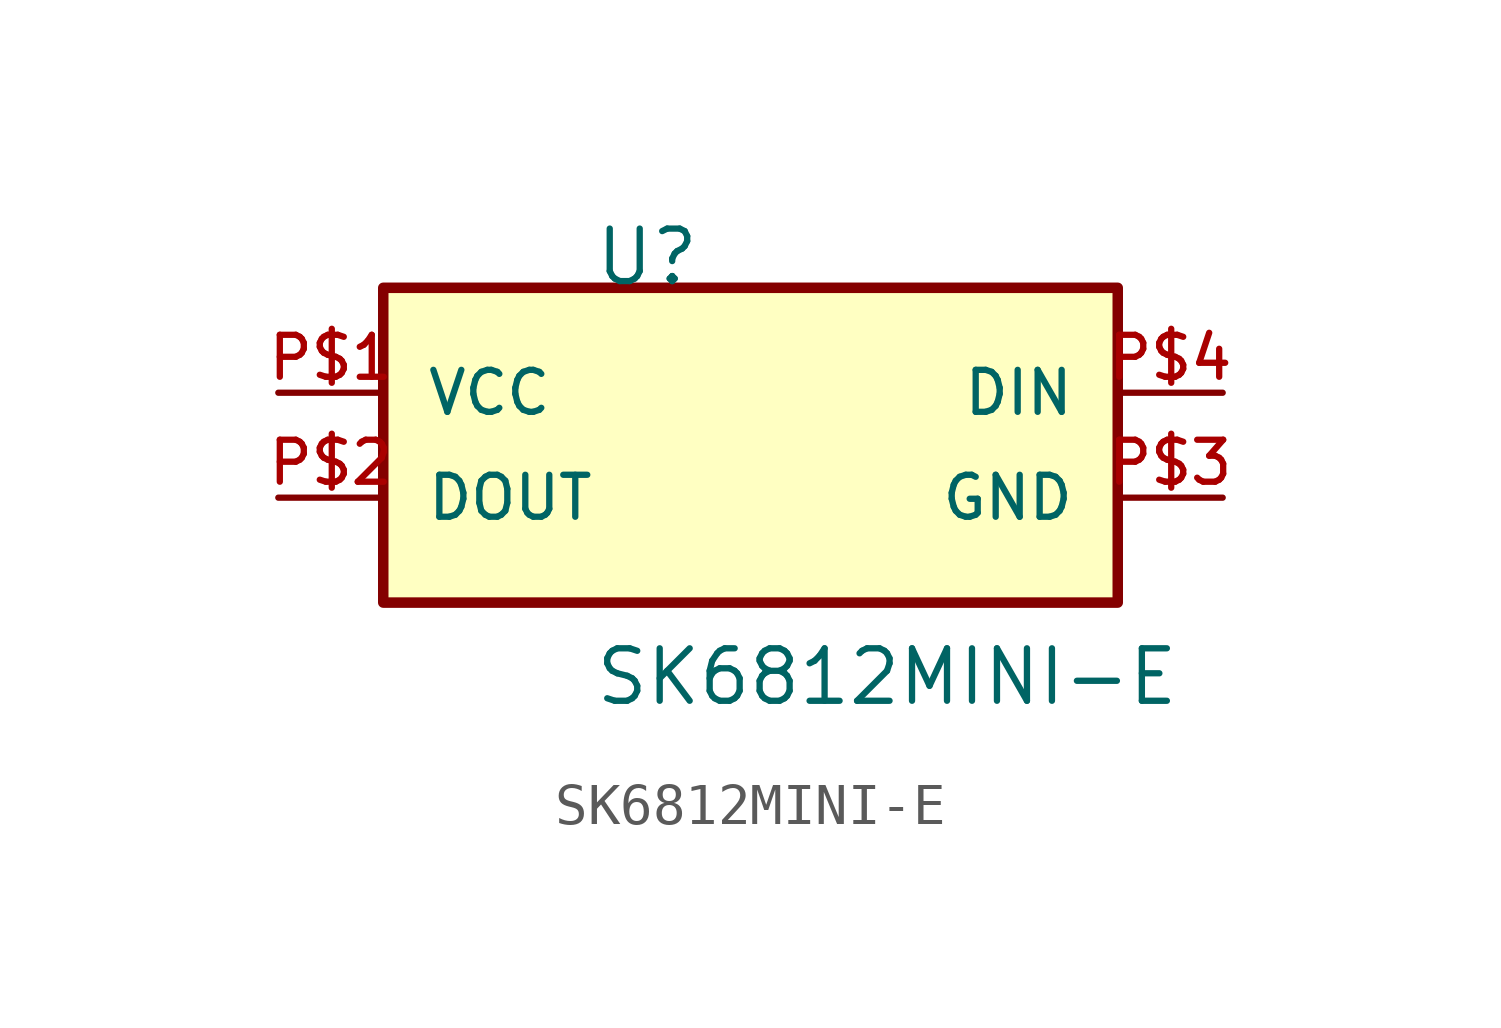
<source format=kicad_sym>
(kicad_symbol_lib
  (version 20211014)
  (generator kicad_symbol_editor)
  (symbol "SK6812MINI-E"
    (pin_names
      (offset 1.016))
    (property "Reference" "U"
      (at -2.54 2.54 0)
      (effects (font (size 1.27 1.27)) (justify left bottom)))
    (property "Value" "SK6812MINI-E"
      (at -2.54 -7.62 0)
      (effects (font (size 1.27 1.27)) (justify left bottom)))
    (symbol "SK6812MINI-E_0_0"
      (rectangle (start -7.62 -5.08) (end 10.16 2.54) (stroke (width 0.254) (type default) (color 0 0 0 0)) (fill (type background)))
      (pin power_in line (at -10.16 0 0) (length 2.54) (name "VCC" (effects (font (size 1.016 1.016)))) (number "P$1" (effects (font (size 1.016 1.016)))))
      (pin output line (at -10.16 -2.54 0) (length 2.54) (name "DOUT" (effects (font (size 1.016 1.016)))) (number "P$2" (effects (font (size 1.016 1.016)))))
      (pin bidirectional line (at 12.7 -2.54 180) (length 2.54) (name "GND" (effects (font (size 1.016 1.016)))) (number "P$3" (effects (font (size 1.016 1.016)))))
      (pin input line (at 12.7 0 180) (length 2.54) (name "DIN" (effects (font (size 1.016 1.016)))) (number "P$4" (effects (font (size 1.016 1.016))))))))
</source>
